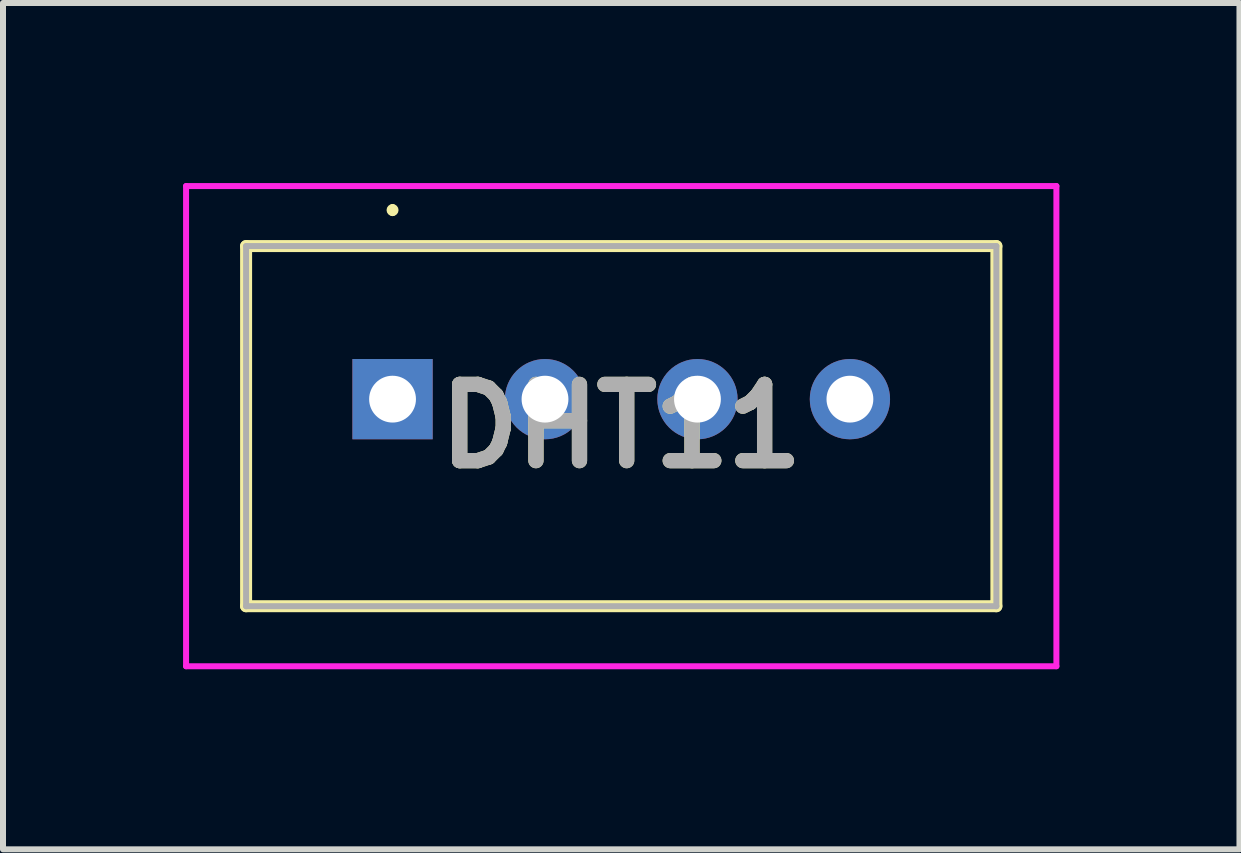
<source format=kicad_pcb>
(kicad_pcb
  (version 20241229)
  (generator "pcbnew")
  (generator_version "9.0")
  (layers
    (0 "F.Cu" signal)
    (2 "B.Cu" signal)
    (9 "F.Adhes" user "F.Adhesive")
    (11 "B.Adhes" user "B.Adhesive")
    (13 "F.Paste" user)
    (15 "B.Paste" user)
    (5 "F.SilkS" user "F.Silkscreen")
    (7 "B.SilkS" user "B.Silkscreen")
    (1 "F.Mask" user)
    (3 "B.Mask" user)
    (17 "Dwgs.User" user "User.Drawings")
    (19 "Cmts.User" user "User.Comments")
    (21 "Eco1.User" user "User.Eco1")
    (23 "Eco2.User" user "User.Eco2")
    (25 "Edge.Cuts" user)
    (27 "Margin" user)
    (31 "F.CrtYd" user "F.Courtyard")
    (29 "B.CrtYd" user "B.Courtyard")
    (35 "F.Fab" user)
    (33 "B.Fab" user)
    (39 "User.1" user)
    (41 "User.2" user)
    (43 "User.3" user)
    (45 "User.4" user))
  (footprint "DHT11"
    (layer "F.Cu")
    (at 3.49 3.6)
    (property "Reference" "DHT11" (at 3.81 0.45 0) (layer "F.SilkS") (effects (font (size 1.27 1.27) (thickness 0.254))))
    (attr through_hole)
    (fp_line (start -2.44 -2.55) (end 10.06 -2.55) (stroke (width 0.2) (type solid)) (layer "F.SilkS"))
    (fp_line (start -2.44 3.45) (end -2.44 -2.55) (stroke (width 0.2) (type solid)) (layer "F.SilkS"))
    (fp_line (start 0 -3.2) (end 0 -3.2) (stroke (width 0.1) (type solid)) (layer "F.SilkS"))
    (fp_line (start 0 -3.1) (end 0 -3.1) (stroke (width 0.1) (type solid)) (layer "F.SilkS"))
    (fp_line (start 10.06 -2.55) (end 10.06 3.45) (stroke (width 0.2) (type solid)) (layer "F.SilkS"))
    (fp_line (start 10.06 3.45) (end -2.44 3.45) (stroke (width 0.2) (type solid)) (layer "F.SilkS"))
    (fp_arc (start 0 -3.2) (mid 0.05 -3.15) (end 0 -3.1) (stroke (width 0.1) (type solid)) (layer "F.SilkS"))
    (fp_arc (start 0 -3.1) (mid -0.05 -3.15) (end 0 -3.2) (stroke (width 0.1) (type solid)) (layer "F.SilkS"))
    (fp_line (start -3.44 -3.55) (end 11.06 -3.55) (stroke (width 0.1) (type solid)) (layer "F.CrtYd"))
    (fp_line (start -3.44 4.45) (end -3.44 -3.55) (stroke (width 0.1) (type solid)) (layer "F.CrtYd"))
    (fp_line (start 11.06 -3.55) (end 11.06 4.45) (stroke (width 0.1) (type solid)) (layer "F.CrtYd"))
    (fp_line (start 11.06 4.45) (end -3.44 4.45) (stroke (width 0.1) (type solid)) (layer "F.CrtYd"))
    (fp_line (start -2.44 -2.55) (end -2.44 3.45) (stroke (width 0.1) (type solid)) (layer "F.Fab"))
    (fp_line (start -2.44 3.45) (end 10.06 3.45) (stroke (width 0.1) (type solid)) (layer "F.Fab"))
    (fp_line (start 10.06 -2.55) (end -2.44 -2.55) (stroke (width 0.1) (type solid)) (layer "F.Fab"))
    (fp_line (start 10.06 3.45) (end 10.06 -2.55) (stroke (width 0.1) (type solid)) (layer "F.Fab"))
    (fp_text user "${REFERENCE}" (at 3.81 0.45 0) (layer "F.Fab") (effects (font (size 1.27 1.27) (thickness 0.254))))
    (pad "1" thru_hole rect (at 0 0) (size 1.337 1.337) (drill 0.78) (layers "*.Cu" "*.Mask"))
    (pad "2" thru_hole circle (at 2.54 0) (size 1.337 1.337) (drill 0.78) (layers "*.Cu" "*.Mask"))
    (pad "3" thru_hole circle (at 5.08 0) (size 1.337 1.337) (drill 0.78) (layers "*.Cu" "*.Mask"))
    (pad "4" thru_hole circle (at 7.62 0) (size 1.337 1.337) (drill 0.78) (layers "*.Cu" "*.Mask")))
  (gr_rect
    (start -3 -3)
    (end 17.6 11.1)
    (stroke (width 0.1) (type default))
    (fill no)
    (layer "Edge.Cuts")))
</source>
